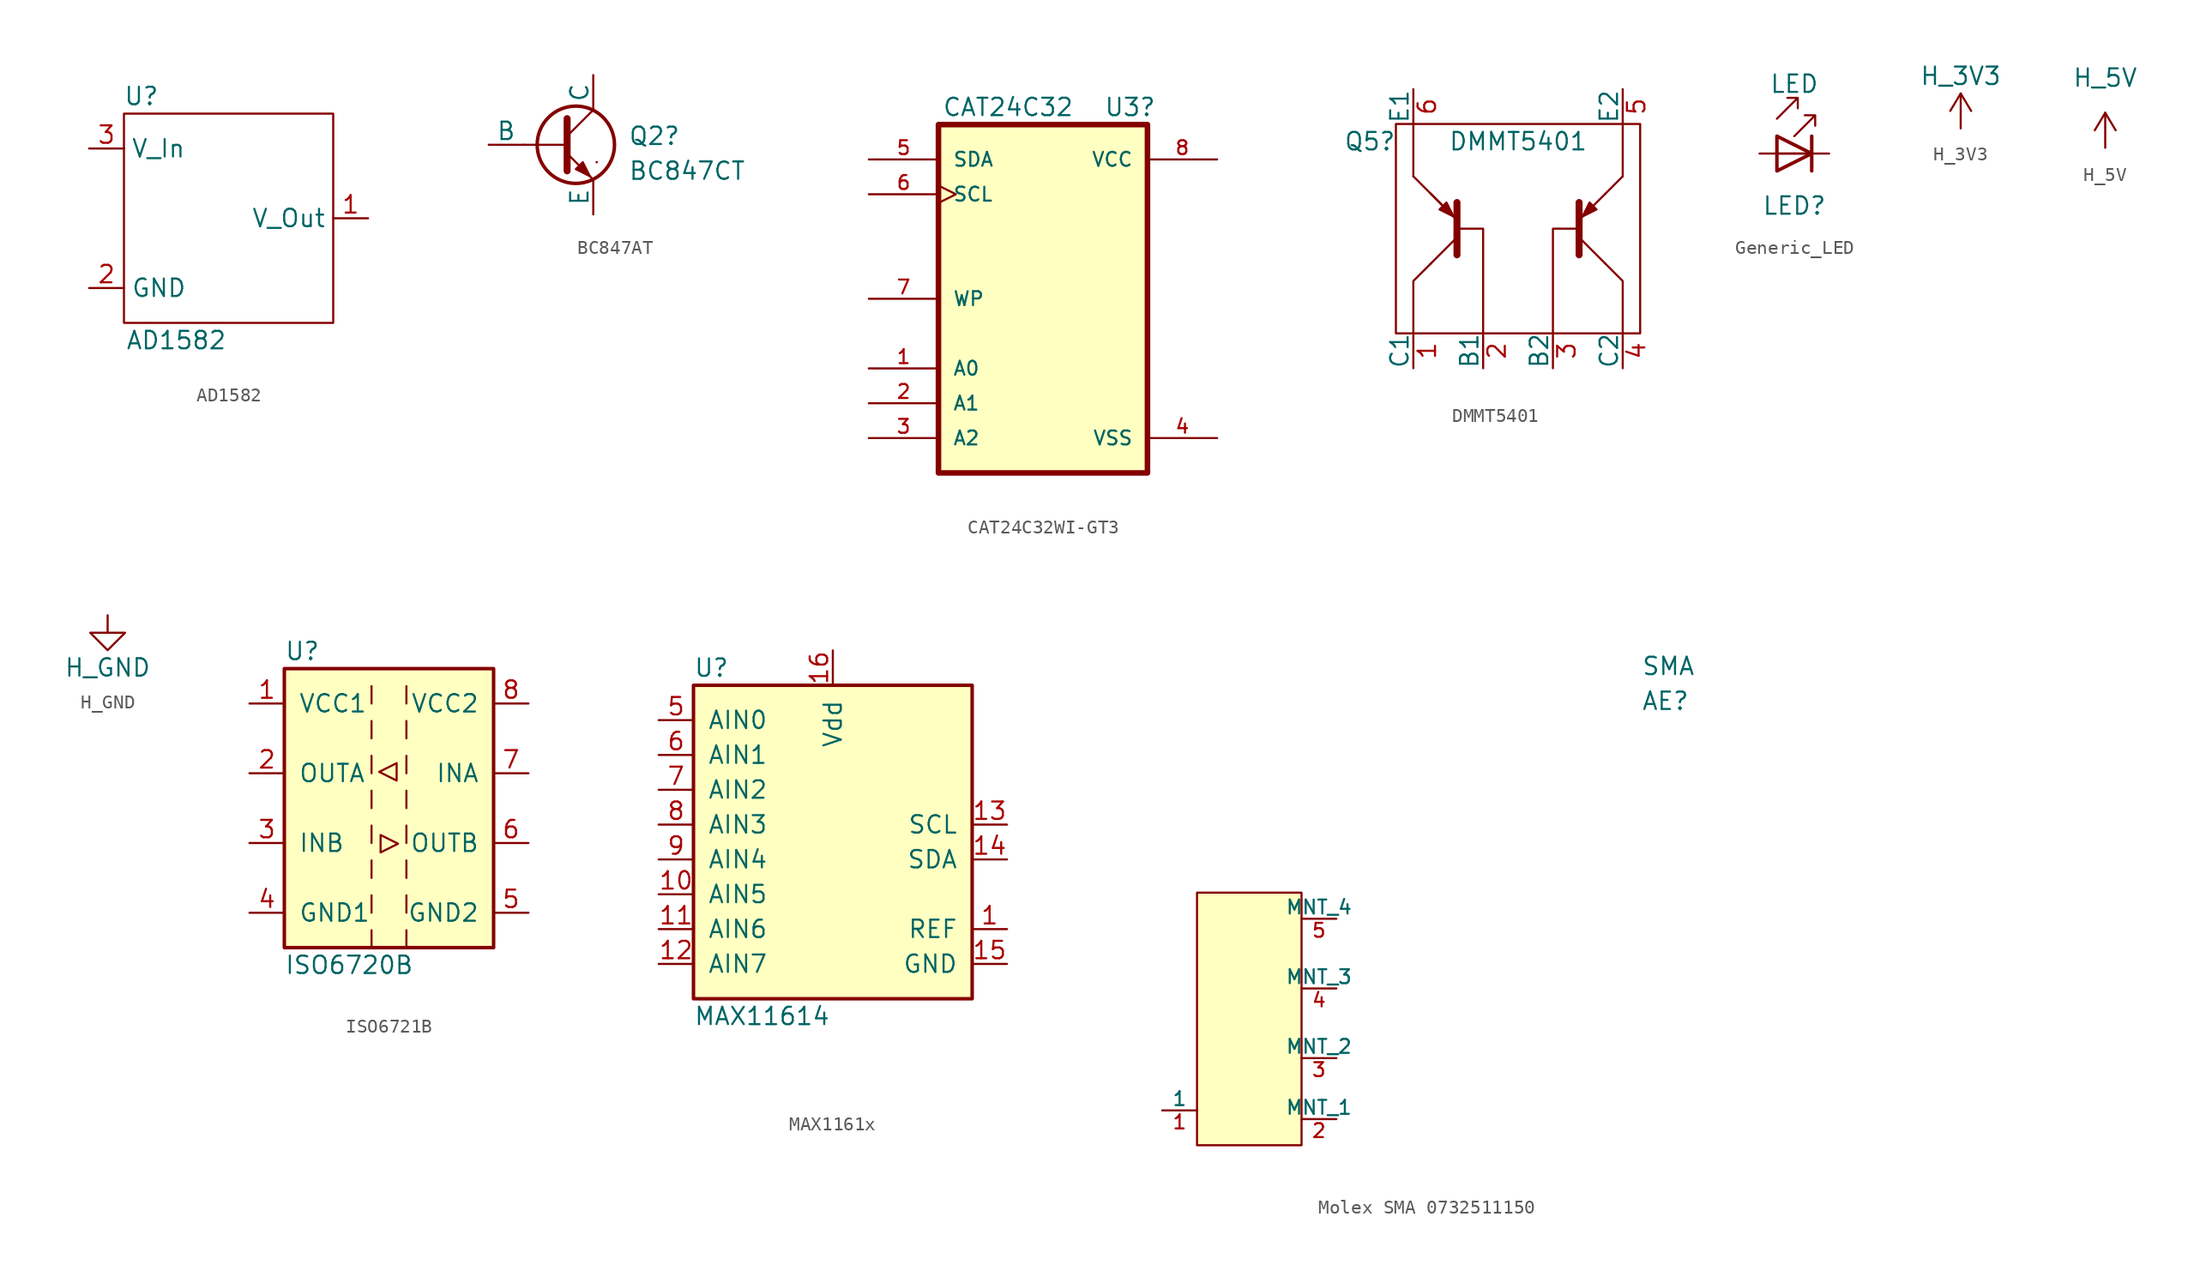
<source format=kicad_sym>
(kicad_symbol_lib
  (version 20231120)
  (generator "kicad_symbol_editor")
  (generator_version "8.0")
  (symbol "AD1582"
    (property "Reference" "U"
      (at -6.35 8.89 0)
      (effects (font (size 1.27 1.27))))
    (property "Value" "AD1582"
      (at -3.81 -8.89 0)
      (effects (font (size 1.27 1.27))))
    (symbol "AD1582_0_1"
      (rectangle (start -7.62 7.62) (end 7.62 -7.62) (stroke (width 0) (type default)) (fill (type none))))
    (symbol "AD1582_1_1"
      (pin output line (at 10.16 0 180) (length 2.54) (name "V_Out" (effects (font (size 1.27 1.27)))) (number "1" (effects (font (size 1.27 1.27)))))
      (pin power_in line (at -10.16 -5.08 0) (length 2.54) (name "GND" (effects (font (size 1.27 1.27)))) (number "2" (effects (font (size 1.27 1.27)))))
      (pin input line (at -10.16 5.08 0) (length 2.54) (name "V_In" (effects (font (size 1.27 1.27)))) (number "3" (effects (font (size 1.27 1.27)))))))
  (symbol "BC847AT"
    (pin_numbers hide)
    (pin_names
      (offset 0))
    (property "Reference" "Q2"
      (at 5.08 0.635 0)
      (effects (font (size 1.27 1.27)) (justify left)))
    (property "Value" "BC847CT"
      (at 5.08 -1.905 0)
      (effects (font (size 1.27 1.27)) (justify left)))
    (symbol "BC847AT_0_1"
      (polyline (pts (xy -2.54 0) (xy 0.635 0)) (stroke (width 0.152) (type default)) (fill (type none)))
      (polyline (pts (xy 0.635 0.635) (xy 2.54 2.54)) (stroke (width 0) (type default)) (fill (type none)))
      (polyline (pts (xy 2.794 -1.27) (xy 2.794 -1.27)) (stroke (width 0.152) (type default)) (fill (type none)))
      (polyline (pts (xy 2.794 -1.27) (xy 2.794 -1.27)) (stroke (width 0.152) (type default)) (fill (type none)))
      (polyline (pts (xy 0.635 -0.635) (xy 2.54 -2.54) (xy 2.54 -2.54)) (stroke (width 0) (type default)) (fill (type none)))
      (polyline (pts (xy 0.635 1.905) (xy 0.635 -1.905) (xy 0.635 -1.905)) (stroke (width 0.508) (type default)) (fill (type none)))
      (polyline (pts (xy 1.27 -1.778) (xy 1.778 -1.27) (xy 2.286 -2.286) (xy 1.27 -1.778) (xy 1.27 -1.778)) (stroke (width 0) (type default)) (fill (type outline)))
      (circle (center 1.27 0) (radius 2.819) (stroke (width 0.254) (type default)) (fill (type none))))
    (symbol "BC847AT_1_1"
      (pin input line (at -5.08 0 0) (length 2.54) (name "B" (effects (font (size 1.27 1.27)))) (number "1" (effects (font (size 1.27 1.27)))))
      (pin open_emitter line (at 2.54 -5.08 90) (length 2.54) (name "E" (effects (font (size 1.27 1.27)))) (number "2" (effects (font (size 1.27 1.27)))))
      (pin open_collector line (at 2.54 5.08 270) (length 2.54) (name "C" (effects (font (size 1.27 1.27)))) (number "3" (effects (font (size 1.27 1.27)))))))
  (symbol "CAT24C32WI-GT3"
    (pin_names
      (offset 1.016))
    (property "Reference" "U3"
      (at 6.35 13.97 0)
      (effects (font (size 1.27 1.27))))
    (property "Value" "CAT24C32"
      (at -2.54 13.97 0)
      (effects (font (size 1.27 1.27))))
    (symbol "CAT24C32WI-GT3_0_0"
      (rectangle (start -7.62 12.7) (end 7.62 -12.7) (stroke (width 0.406) (type default)) (fill (type background)))
      (pin input line (at -12.7 -5.08 0) (length 5.08) (name "A0" (effects (font (size 1.016 1.016)))) (number "1" (effects (font (size 1.016 1.016)))))
      (pin input line (at -12.7 -7.62 0) (length 5.08) (name "A1" (effects (font (size 1.016 1.016)))) (number "2" (effects (font (size 1.016 1.016)))))
      (pin input line (at -12.7 -10.16 0) (length 5.08) (name "A2" (effects (font (size 1.016 1.016)))) (number "3" (effects (font (size 1.016 1.016)))))
      (pin passive line (at 12.7 -10.16 180) (length 5.08) (name "VSS" (effects (font (size 1.016 1.016)))) (number "4" (effects (font (size 1.016 1.016)))))
      (pin bidirectional line (at -12.7 10.16 0) (length 5.08) (name "SDA" (effects (font (size 1.016 1.016)))) (number "5" (effects (font (size 1.016 1.016)))))
      (pin input clock (at -12.7 7.62 0) (length 5.08) (name "SCL" (effects (font (size 1.016 1.016)))) (number "6" (effects (font (size 1.016 1.016)))))
      (pin input line (at -12.7 0 0) (length 5.08) (name "WP" (effects (font (size 1.016 1.016)))) (number "7" (effects (font (size 1.016 1.016)))))
      (pin power_in line (at 12.7 10.16 180) (length 5.08) (name "VCC" (effects (font (size 1.016 1.016)))) (number "8" (effects (font (size 1.016 1.016)))))))
  (symbol "DMMT5401"
    (pin_names
      (offset 0))
    (property "Reference" "Q5"
      (at -12.7 6.35 0)
      (effects (font (size 1.27 1.27)) (justify left)))
    (property "Value" "DMMT5401"
      (at -5.08 6.35 0)
      (effects (font (size 1.27 1.27)) (justify left)))
    (symbol "DMMT5401_0_1"
      (rectangle (start -8.89 7.62) (end 8.89 -7.62) (stroke (width 0) (type default)) (fill (type none)))
      (polyline (pts (xy -7.62 7.62) (xy -7.62 3.81)) (stroke (width 0) (type default)) (fill (type none)))
      (polyline (pts (xy -6.35 -2.54) (xy -4.445 -0.635)) (stroke (width 0) (type default)) (fill (type none)))
      (polyline (pts (xy -6.35 2.54) (xy -7.62 3.81)) (stroke (width 0) (type default)) (fill (type none)))
      (polyline (pts (xy -6.35 2.54) (xy -4.445 0.635)) (stroke (width 0) (type default)) (fill (type none)))
      (polyline (pts (xy -6.35 2.54) (xy -4.445 0.635)) (stroke (width 0) (type default)) (fill (type none)))
      (polyline (pts (xy 6.35 -2.54) (xy 4.445 -0.635)) (stroke (width 0) (type default)) (fill (type none)))
      (polyline (pts (xy 6.35 2.54) (xy 4.445 0.635)) (stroke (width 0) (type default)) (fill (type none)))
      (polyline (pts (xy 6.35 2.54) (xy 7.62 3.81)) (stroke (width 0) (type default)) (fill (type none)))
      (polyline (pts (xy 7.62 7.62) (xy 7.62 3.81)) (stroke (width 0) (type default)) (fill (type none)))
      (polyline (pts (xy -6.35 -2.54) (xy -7.62 -3.81) (xy -7.62 -7.62)) (stroke (width 0) (type default)) (fill (type none)))
      (polyline (pts (xy -4.445 -1.905) (xy -4.445 1.905) (xy -4.445 1.905)) (stroke (width 0.508) (type default)) (fill (type outline)))
      (polyline (pts (xy -4.445 0) (xy -2.54 0) (xy -2.54 -7.62)) (stroke (width 0) (type default)) (fill (type none)))
      (polyline (pts (xy 4.445 -1.905) (xy 4.445 1.905) (xy 4.445 1.905)) (stroke (width 0.508) (type default)) (fill (type outline)))
      (polyline (pts (xy 4.445 0) (xy 2.54 0) (xy 2.54 -7.62)) (stroke (width 0) (type default)) (fill (type none)))
      (polyline (pts (xy 6.35 -2.54) (xy 7.62 -3.81) (xy 7.62 -7.62)) (stroke (width 0) (type default)) (fill (type none)))
      (polyline (pts (xy -5.207 1.905) (xy -5.715 1.397) (xy -4.699 0.889) (xy -5.207 1.905) (xy -5.207 1.905)) (stroke (width 0) (type default)) (fill (type outline)))
      (polyline (pts (xy 5.207 1.905) (xy 5.715 1.397) (xy 4.699 0.889) (xy 5.207 1.905) (xy 5.207 1.905)) (stroke (width 0) (type default)) (fill (type outline))))
    (symbol "DMMT5401_1_1"
      (pin passive line (at -7.62 -10.16 90) (length 2.54) (name "C1" (effects (font (size 1.27 1.27)))) (number "1" (effects (font (size 1.27 1.27)))))
      (pin passive line (at -2.54 -10.16 90) (length 2.54) (name "B1" (effects (font (size 1.27 1.27)))) (number "2" (effects (font (size 1.27 1.27)))))
      (pin passive line (at 2.54 -10.16 90) (length 2.54) (name "B2" (effects (font (size 1.27 1.27)))) (number "3" (effects (font (size 1.27 1.27)))))
      (pin passive line (at 7.62 -10.16 90) (length 2.54) (name "C2" (effects (font (size 1.27 1.27)))) (number "4" (effects (font (size 1.27 1.27)))))
      (pin passive line (at 7.62 10.16 270) (length 2.54) (name "E2" (effects (font (size 1.27 1.27)))) (number "5" (effects (font (size 1.27 1.27)))))
      (pin passive line (at -7.62 10.16 270) (length 2.54) (name "E1" (effects (font (size 1.27 1.27)))) (number "6" (effects (font (size 1.27 1.27)))))))
  (symbol "Generic_LED"
    (pin_numbers hide)
    (pin_names
      (offset 1.016) hide)
    (property "Reference" "LED"
      (at 0 -3.81 0)
      (effects (font (size 1.27 1.27))))
    (property "Value" "LED"
      (at 0 5.08 0)
      (effects (font (size 1.27 1.27))))
    (symbol "Generic_LED_0_1"
      (polyline (pts (xy 1.27 0) (xy -1.27 0)) (stroke (width 0) (type default)) (fill (type none)))
      (polyline (pts (xy 1.27 1.27) (xy 1.27 -1.27)) (stroke (width 0.254) (type default)) (fill (type none)))
      (polyline (pts (xy -1.27 1.27) (xy -1.27 -1.27) (xy 1.27 0) (xy -1.27 1.27)) (stroke (width 0.254) (type default)) (fill (type none)))
      (polyline (pts (xy -1.27 2.54) (xy 0.254 4.064) (xy -0.508 4.064) (xy 0.254 4.064) (xy 0.254 3.302)) (stroke (width 0) (type default)) (fill (type none)))
      (polyline (pts (xy 0 1.27) (xy 1.524 2.794) (xy 0.762 2.794) (xy 1.524 2.794) (xy 1.524 2.032)) (stroke (width 0) (type default)) (fill (type none))))
    (symbol "Generic_LED_1_1"
      (pin passive line (at 2.54 0 180) (length 2.54) (name "K" (effects (font (size 1.27 1.27)))) (number "1" (effects (font (size 1.27 1.27)))))
      (pin passive line (at -2.54 0 0) (length 2.54) (name "A" (effects (font (size 1.27 1.27)))) (number "2" (effects (font (size 1.27 1.27)))))))
  (symbol "H_3V3"
    (power)
    (pin_names
      (offset 0))
    (property "Reference" "#PWR099"
      (at 0 -3.81 0)
      (effects (font (size 1.27 1.27)) (hide yes)))
    (property "Value" "H_3V3"
      (at 0 3.81 0)
      (effects (font (size 1.27 1.27))))
    (symbol "H_3V3_0_1"
      (polyline (pts (xy -0.762 1.27) (xy 0 2.54)) (stroke (width 0) (type default)) (fill (type none)))
      (polyline (pts (xy 0 0) (xy 0 2.54)) (stroke (width 0) (type default)) (fill (type none)))
      (polyline (pts (xy 0 2.54) (xy 0.762 1.27)) (stroke (width 0) (type default)) (fill (type none))))
    (symbol "H_3V3_1_1"
      (pin power_in line (at 0 0 90) (length 0) hide (name "H_3V3" (effects (font (size 1.27 1.27)))) (number "1" (effects (font (size 1.27 1.27)))))))
  (symbol "H_5V"
    (power)
    (pin_names
      (offset 0))
    (property "Reference" "#PWR005"
      (at 0 -3.81 0)
      (effects (font (size 1.27 1.27)) (hide yes)))
    (property "Value" "H_5V"
      (at 0 5.08 0)
      (effects (font (size 1.27 1.27))))
    (symbol "H_5V_0_1"
      (polyline (pts (xy -0.762 1.27) (xy 0 2.54)) (stroke (width 0) (type default)) (fill (type none)))
      (polyline (pts (xy 0 0) (xy 0 2.54)) (stroke (width 0) (type default)) (fill (type none)))
      (polyline (pts (xy 0 2.54) (xy 0.762 1.27)) (stroke (width 0) (type default)) (fill (type none))))
    (symbol "H_5V_1_1"
      (pin power_in line (at 0 0 90) (length 0) hide (name "H_5V" (effects (font (size 1.27 1.27)))) (number "1" (effects (font (size 1.27 1.27)))))))
  (symbol "H_GND"
    (power)
    (pin_names
      (offset 0))
    (property "Reference" "#PWRHGND"
      (at 0 -6.35 0)
      (effects (font (size 1.27 1.27)) (hide yes)))
    (property "Value" "H_GND"
      (at 0 -3.81 0)
      (effects (font (size 1.27 1.27))))
    (symbol "H_GND_0_1"
      (polyline (pts (xy 0 0) (xy 0 -1.27) (xy 1.27 -1.27) (xy 0 -2.54) (xy -1.27 -1.27) (xy 0 -1.27)) (stroke (width 0) (type default)) (fill (type none))))
    (symbol "H_GND_1_1"
      (pin power_in line (at 0 0 270) (length 0) hide (name "H_GND" (effects (font (size 1.27 1.27)))) (number "1" (effects (font (size 1.27 1.27)))))))
  (symbol "ISO6721B"
    (pin_names
      (offset 1.016))
    (property "Reference" "U"
      (at -7.62 11.43 0)
      (effects (font (size 1.27 1.27)) (justify left)))
    (property "Value" "ISO6720B"
      (at -7.62 -11.43 0)
      (effects (font (size 1.27 1.27)) (justify left)))
    (symbol "ISO6721B_0_1"
      (rectangle (start -7.62 10.16) (end 7.62 -10.16) (stroke (width 0.254) (type default)) (fill (type background)))
      (polyline (pts (xy -1.27 -8.89) (xy -1.27 -10.16)) (stroke (width 0) (type default)) (fill (type none)))
      (polyline (pts (xy -1.27 -6.35) (xy -1.27 -7.62)) (stroke (width 0) (type default)) (fill (type none)))
      (polyline (pts (xy -1.27 -3.81) (xy -1.27 -5.08)) (stroke (width 0) (type default)) (fill (type none)))
      (polyline (pts (xy -1.27 -1.27) (xy -1.27 -2.54)) (stroke (width 0) (type default)) (fill (type none)))
      (polyline (pts (xy -1.27 1.27) (xy -1.27 0)) (stroke (width 0) (type default)) (fill (type none)))
      (polyline (pts (xy -1.27 3.81) (xy -1.27 2.54)) (stroke (width 0) (type default)) (fill (type none)))
      (polyline (pts (xy -1.27 6.35) (xy -1.27 5.08)) (stroke (width 0) (type default)) (fill (type none)))
      (polyline (pts (xy -1.27 8.89) (xy -1.27 7.62)) (stroke (width 0) (type default)) (fill (type none)))
      (polyline (pts (xy 1.27 -8.89) (xy 1.27 -10.16)) (stroke (width 0) (type default)) (fill (type none)))
      (polyline (pts (xy 1.27 -6.35) (xy 1.27 -7.62)) (stroke (width 0) (type default)) (fill (type none)))
      (polyline (pts (xy 1.27 -3.81) (xy 1.27 -5.08)) (stroke (width 0) (type default)) (fill (type none)))
      (polyline (pts (xy 1.27 -1.27) (xy 1.27 -2.54)) (stroke (width 0) (type default)) (fill (type none)))
      (polyline (pts (xy 1.27 1.27) (xy 1.27 0)) (stroke (width 0) (type default)) (fill (type none)))
      (polyline (pts (xy 1.27 3.81) (xy 1.27 2.54)) (stroke (width 0) (type default)) (fill (type none)))
      (polyline (pts (xy 1.27 6.35) (xy 1.27 5.08)) (stroke (width 0) (type default)) (fill (type none)))
      (polyline (pts (xy 1.27 8.89) (xy 1.27 7.62)) (stroke (width 0) (type default)) (fill (type none)))
      (polyline (pts (xy -0.61 -1.956) (xy -0.61 -3.226) (xy 0.66 -2.591) (xy -0.61 -1.956)) (stroke (width 0) (type default)) (fill (type none)))
      (polyline (pts (xy 0.559 2.007) (xy 0.559 3.277) (xy -0.711 2.642) (xy 0.559 2.007)) (stroke (width 0) (type default)) (fill (type none))))
    (symbol "ISO6721B_1_1"
      (pin power_in line (at -10.16 7.62 0) (length 2.54) (name "VCC1" (effects (font (size 1.27 1.27)))) (number "1" (effects (font (size 1.27 1.27)))))
      (pin output line (at -10.16 2.54 0) (length 2.54) (name "OUTA" (effects (font (size 1.27 1.27)))) (number "2" (effects (font (size 1.27 1.27)))))
      (pin input line (at -10.16 -2.54 0) (length 2.54) (name "INB" (effects (font (size 1.27 1.27)))) (number "3" (effects (font (size 1.27 1.27)))))
      (pin power_in line (at -10.16 -7.62 0) (length 2.54) (name "GND1" (effects (font (size 1.27 1.27)))) (number "4" (effects (font (size 1.27 1.27)))))
      (pin power_in line (at 10.16 -7.62 180) (length 2.54) (name "GND2" (effects (font (size 1.27 1.27)))) (number "5" (effects (font (size 1.27 1.27)))))
      (pin output line (at 10.16 -2.54 180) (length 2.54) (name "OUTB" (effects (font (size 1.27 1.27)))) (number "6" (effects (font (size 1.27 1.27)))))
      (pin input line (at 10.16 2.54 180) (length 2.54) (name "INA" (effects (font (size 1.27 1.27)))) (number "7" (effects (font (size 1.27 1.27)))))
      (pin power_in line (at 10.16 7.62 180) (length 2.54) (name "VCC2" (effects (font (size 1.27 1.27)))) (number "8" (effects (font (size 1.27 1.27)))))))
  (symbol "MAX1161x"
    (pin_names
      (offset 1.016))
    (property "Reference" "U"
      (at -10.16 16.51 0)
      (effects (font (size 1.27 1.27)) (justify left)))
    (property "Value" "MAX11614"
      (at -10.16 -8.89 0)
      (effects (font (size 1.27 1.27)) (justify left)))
    (symbol "MAX1161x_0_1"
      (rectangle (start -10.16 15.24) (end 10.16 -7.62) (stroke (width 0.254) (type default)) (fill (type background))))
    (symbol "MAX1161x_1_1"
      (pin input line (at 12.7 -2.54 180) (length 2.54) (name "REF" (effects (font (size 1.27 1.27)))) (number "1" (effects (font (size 1.27 1.27)))))
      (pin input line (at -12.7 0 0) (length 2.54) (name "AIN5" (effects (font (size 1.27 1.27)))) (number "10" (effects (font (size 1.27 1.27)))))
      (pin input line (at -12.7 -2.54 0) (length 2.54) (name "AIN6" (effects (font (size 1.27 1.27)))) (number "11" (effects (font (size 1.27 1.27)))))
      (pin input line (at -12.7 -5.08 0) (length 2.54) (name "AIN7" (effects (font (size 1.27 1.27)))) (number "12" (effects (font (size 1.27 1.27)))))
      (pin input line (at 12.7 5.08 180) (length 2.54) (name "SCL" (effects (font (size 1.27 1.27)))) (number "13" (effects (font (size 1.27 1.27)))))
      (pin bidirectional line (at 12.7 2.54 180) (length 2.54) (name "SDA" (effects (font (size 1.27 1.27)))) (number "14" (effects (font (size 1.27 1.27)))))
      (pin power_in line (at 12.7 -5.08 180) (length 2.54) (name "GND" (effects (font (size 1.27 1.27)))) (number "15" (effects (font (size 1.27 1.27)))))
      (pin power_in line (at 0 17.78 270) (length 2.54) (name "Vdd" (effects (font (size 1.27 1.27)))) (number "16" (effects (font (size 1.27 1.27)))))
      (pin no_connect line (at -10.16 -12.7 0) (length 2.54) hide (name "NC" (effects (font (size 1.27 1.27)))) (number "2" (effects (font (size 1.27 1.27)))))
      (pin no_connect line (at -10.16 -10.16 0) (length 2.54) hide (name "NC" (effects (font (size 1.27 1.27)))) (number "3" (effects (font (size 1.27 1.27)))))
      (pin no_connect line (at -10.16 -7.62 0) (length 2.54) hide (name "NC" (effects (font (size 1.27 1.27)))) (number "4" (effects (font (size 1.27 1.27)))))
      (pin input line (at -12.7 12.7 0) (length 2.54) (name "AIN0" (effects (font (size 1.27 1.27)))) (number "5" (effects (font (size 1.27 1.27)))))
      (pin input line (at -12.7 10.16 0) (length 2.54) (name "AIN1" (effects (font (size 1.27 1.27)))) (number "6" (effects (font (size 1.27 1.27)))))
      (pin input line (at -12.7 7.62 0) (length 2.54) (name "AIN2" (effects (font (size 1.27 1.27)))) (number "7" (effects (font (size 1.27 1.27)))))
      (pin input line (at -12.7 5.08 0) (length 2.54) (name "AIN3" (effects (font (size 1.27 1.27)))) (number "8" (effects (font (size 1.27 1.27)))))
      (pin input line (at -12.7 2.54 0) (length 2.54) (name "AIN4" (effects (font (size 1.27 1.27)))) (number "9" (effects (font (size 1.27 1.27)))))))
  (symbol "Molex SMA 0732511150"
    (pin_names
      (offset 0))
    (property "Reference" "AE"
      (at 0 7.62 0)
      (effects (font (size 1.27 1.27)) (justify left)))
    (property "Value" "SMA"
      (at 0 10.16 0)
      (effects (font (size 1.27 1.27)) (justify left)))
    (symbol "Molex SMA 0732511150_1_1"
      (rectangle (start -32.385 -6.35) (end -24.765 -24.765) (stroke (width 0) (type solid)) (fill (type background)))
      (pin passive line (at -34.925 -22.225 0) (length 2.54) (name "1" (effects (font (size 1.016 1.016)))) (number "1" (effects (font (size 1.016 1.016)))))
      (pin passive line (at -22.225 -22.86 180) (length 2.54) (name "MNT_1" (effects (font (size 1.016 1.016)))) (number "2" (effects (font (size 1.016 1.016)))))
      (pin passive line (at -22.225 -18.415 180) (length 2.54) (name "MNT_2" (effects (font (size 1.016 1.016)))) (number "3" (effects (font (size 1.016 1.016)))))
      (pin passive line (at -22.225 -13.335 180) (length 2.54) (name "MNT_3" (effects (font (size 1.016 1.016)))) (number "4" (effects (font (size 1.016 1.016)))))
      (pin passive line (at -22.225 -8.255 180) (length 2.54) (name "MNT_4" (effects (font (size 1.016 1.016)))) (number "5" (effects (font (size 1.016 1.016))))))))
</source>
